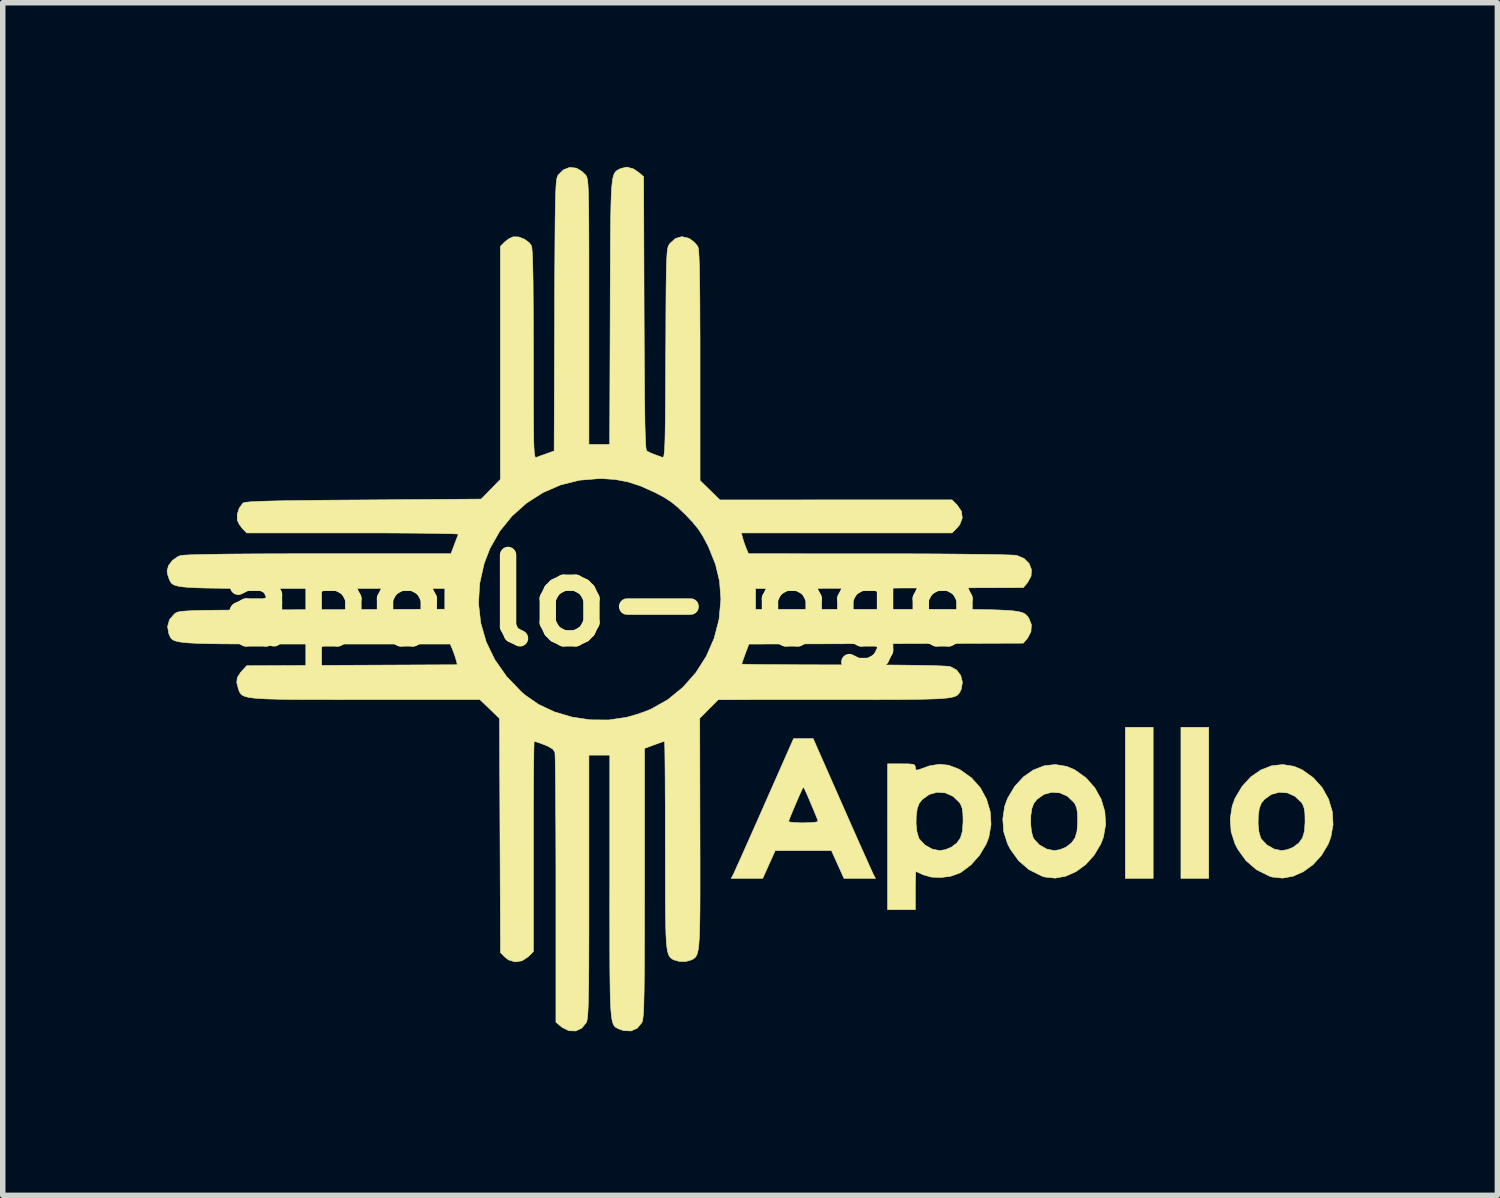
<source format=kicad_pcb>
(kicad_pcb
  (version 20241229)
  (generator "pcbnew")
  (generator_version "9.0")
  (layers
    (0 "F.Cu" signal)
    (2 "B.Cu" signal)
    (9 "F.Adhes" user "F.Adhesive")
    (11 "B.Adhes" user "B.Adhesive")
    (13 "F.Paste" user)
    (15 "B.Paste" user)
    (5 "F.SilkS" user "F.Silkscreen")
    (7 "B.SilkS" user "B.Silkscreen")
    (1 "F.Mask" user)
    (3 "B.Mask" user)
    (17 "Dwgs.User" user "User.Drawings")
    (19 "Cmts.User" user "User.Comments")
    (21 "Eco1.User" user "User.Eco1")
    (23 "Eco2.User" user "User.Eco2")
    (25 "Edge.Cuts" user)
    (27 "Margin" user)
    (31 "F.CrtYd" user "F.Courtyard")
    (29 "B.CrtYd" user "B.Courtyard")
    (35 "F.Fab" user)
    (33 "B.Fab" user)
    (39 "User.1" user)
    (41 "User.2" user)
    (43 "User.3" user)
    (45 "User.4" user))
  (footprint "apollo-logo"
    (layer "F.Cu")
    (at 7.911 7.934)
    (property "Reference" "apollo-logo" (at 0 0 0) (layer "F.SilkS") (effects (font (size 1.524 1.524) (thickness 0.3))))
    (attr through_hole)
    (fp_poly (pts (xy 10.128 5.08) (xy 9.62 5.08) (xy 9.62 2.318) (xy 10.128 2.318) (xy 10.128 5.08)) (stroke (width 0.01) (type solid)) (fill yes) (layer "F.SilkS"))
    (fp_poly (pts (xy 11.144 5.08) (xy 10.636 5.08) (xy 10.636 2.318) (xy 11.144 2.318) (xy 11.144 5.08)) (stroke (width 0.01) (type solid)) (fill yes) (layer "F.SilkS"))
    (fp_poly (pts (xy 4.442 3.731) (xy 4.557 3.992) (xy 4.666 4.238) (xy 4.765 4.461) (xy 4.852 4.655) (xy 4.923 4.813) (xy 4.975 4.929) (xy 5.006 4.996) (xy 5.012 5.009) (xy 5.05 5.08) (xy 4.474 5.08) (xy 4.245 4.572) (xy 3.216 4.572) (xy 2.987 5.08) (xy 2.411 5.08) (xy 2.449 5.009) (xy 2.47 4.965) (xy 2.513 4.869) (xy 2.576 4.729) (xy 2.656 4.55) (xy 2.75 4.339) (xy 2.855 4.102) (xy 2.883 4.04) (xy 3.461 4.04) (xy 3.49 4.051) (xy 3.568 4.059) (xy 3.681 4.064) (xy 3.731 4.064) (xy 3.853 4.061) (xy 3.946 4.053) (xy 3.996 4.041) (xy 4 4.036) (xy 3.989 4.001) (xy 3.958 3.923) (xy 3.914 3.817) (xy 3.864 3.699) (xy 3.815 3.584) (xy 3.772 3.487) (xy 3.742 3.423) (xy 3.733 3.406) (xy 3.719 3.43) (xy 3.687 3.497) (xy 3.643 3.595) (xy 3.594 3.709) (xy 3.545 3.825) (xy 3.502 3.928) (xy 3.472 4.005) (xy 3.461 4.04) (xy 2.883 4.04) (xy 2.968 3.847) (xy 3.019 3.731) (xy 3.552 2.524) (xy 3.91 2.524) (xy 4.442 3.731)) (stroke (width 0.01) (type solid)) (fill yes) (layer "F.SilkS"))
    (fp_poly (pts (xy 8.544 3.031) (xy 8.693 3.094) (xy 8.898 3.24) (xy 9.06 3.422) (xy 9.177 3.632) (xy 9.244 3.859) (xy 9.259 4.094) (xy 9.218 4.327) (xy 9.17 4.451) (xy 9.048 4.656) (xy 8.895 4.826) (xy 8.719 4.955) (xy 8.529 5.04) (xy 8.335 5.075) (xy 8.146 5.055) (xy 8.093 5.038) (xy 7.859 4.921) (xy 7.668 4.757) (xy 7.515 4.544) (xy 7.465 4.446) (xy 7.395 4.227) (xy 7.385 4.083) (xy 7.888 4.083) (xy 7.902 4.224) (xy 7.933 4.334) (xy 7.947 4.361) (xy 8.049 4.469) (xy 8.182 4.544) (xy 8.319 4.572) (xy 8.424 4.554) (xy 8.527 4.512) (xy 8.531 4.51) (xy 8.634 4.432) (xy 8.7 4.34) (xy 8.735 4.219) (xy 8.747 4.054) (xy 8.747 4.028) (xy 8.744 3.89) (xy 8.73 3.796) (xy 8.703 3.727) (xy 8.681 3.693) (xy 8.563 3.579) (xy 8.423 3.516) (xy 8.274 3.505) (xy 8.129 3.544) (xy 8.003 3.635) (xy 7.946 3.706) (xy 7.91 3.801) (xy 7.89 3.934) (xy 7.888 4.083) (xy 7.385 4.083) (xy 7.378 3.992) (xy 7.413 3.759) (xy 7.466 3.616) (xy 7.595 3.399) (xy 7.754 3.225) (xy 7.936 3.098) (xy 8.134 3.021) (xy 8.339 2.998) (xy 8.544 3.031)) (stroke (width 0.01) (type solid)) (fill yes) (layer "F.SilkS"))
    (fp_poly (pts (xy 12.704 3.031) (xy 12.853 3.094) (xy 13.057 3.24) (xy 13.22 3.422) (xy 13.336 3.632) (xy 13.404 3.859) (xy 13.418 4.094) (xy 13.377 4.327) (xy 13.33 4.451) (xy 13.208 4.656) (xy 13.054 4.826) (xy 12.878 4.955) (xy 12.688 5.04) (xy 12.494 5.075) (xy 12.305 5.055) (xy 12.252 5.038) (xy 12.018 4.921) (xy 11.827 4.757) (xy 11.674 4.544) (xy 11.624 4.446) (xy 11.554 4.227) (xy 11.544 4.083) (xy 12.047 4.083) (xy 12.061 4.224) (xy 12.092 4.334) (xy 12.106 4.361) (xy 12.209 4.469) (xy 12.341 4.544) (xy 12.478 4.572) (xy 12.583 4.554) (xy 12.686 4.512) (xy 12.69 4.51) (xy 12.793 4.432) (xy 12.859 4.34) (xy 12.895 4.219) (xy 12.906 4.054) (xy 12.906 4.028) (xy 12.903 3.89) (xy 12.889 3.796) (xy 12.863 3.727) (xy 12.841 3.693) (xy 12.722 3.579) (xy 12.582 3.516) (xy 12.433 3.505) (xy 12.289 3.544) (xy 12.162 3.635) (xy 12.105 3.706) (xy 12.069 3.801) (xy 12.05 3.934) (xy 12.047 4.083) (xy 11.544 4.083) (xy 11.537 3.992) (xy 11.573 3.759) (xy 11.625 3.616) (xy 11.754 3.399) (xy 11.913 3.225) (xy 12.096 3.098) (xy 12.293 3.021) (xy 12.498 2.998) (xy 12.704 3.031)) (stroke (width 0.01) (type solid)) (fill yes) (layer "F.SilkS"))
    (fp_poly (pts (xy 5.651 2.986) (xy 5.727 2.992) (xy 5.764 3.005) (xy 5.777 3.031) (xy 5.779 3.051) (xy 5.79 3.099) (xy 5.832 3.095) (xy 5.834 3.095) (xy 6.041 3.021) (xy 6.22 2.993) (xy 6.385 3.01) (xy 6.554 3.073) (xy 6.607 3.1) (xy 6.807 3.243) (xy 6.967 3.423) (xy 7.081 3.632) (xy 7.148 3.859) (xy 7.163 4.094) (xy 7.123 4.326) (xy 7.075 4.451) (xy 6.952 4.657) (xy 6.794 4.834) (xy 6.617 4.967) (xy 6.582 4.985) (xy 6.425 5.041) (xy 6.246 5.064) (xy 6.07 5.056) (xy 5.922 5.014) (xy 5.909 5.008) (xy 5.836 4.973) (xy 5.793 4.954) (xy 5.789 4.953) (xy 5.785 4.983) (xy 5.782 5.063) (xy 5.779 5.181) (xy 5.779 5.302) (xy 5.779 5.652) (xy 5.271 5.652) (xy 5.271 4.083) (xy 5.792 4.083) (xy 5.807 4.224) (xy 5.838 4.334) (xy 5.852 4.361) (xy 5.954 4.469) (xy 6.086 4.544) (xy 6.223 4.572) (xy 6.329 4.554) (xy 6.432 4.512) (xy 6.436 4.51) (xy 6.539 4.432) (xy 6.604 4.34) (xy 6.64 4.219) (xy 6.651 4.054) (xy 6.652 4.028) (xy 6.648 3.89) (xy 6.635 3.796) (xy 6.608 3.727) (xy 6.586 3.693) (xy 6.468 3.579) (xy 6.327 3.516) (xy 6.178 3.505) (xy 6.034 3.544) (xy 5.907 3.635) (xy 5.85 3.706) (xy 5.814 3.801) (xy 5.795 3.934) (xy 5.792 4.083) (xy 5.271 4.083) (xy 5.271 2.985) (xy 5.524 2.985) (xy 5.651 2.986)) (stroke (width 0.01) (type solid)) (fill yes) (layer "F.SilkS"))
    (fp_poly (pts (xy 0.626 -7.894) (xy 0.721 -7.829) (xy 0.81 -7.753) (xy 0.818 -5.261) (xy 0.82 -4.781) (xy 0.822 -4.362) (xy 0.825 -3.999) (xy 0.827 -3.69) (xy 0.831 -3.431) (xy 0.834 -3.219) (xy 0.839 -3.05) (xy 0.844 -2.921) (xy 0.849 -2.829) (xy 0.856 -2.771) (xy 0.863 -2.742) (xy 0.866 -2.739) (xy 0.923 -2.707) (xy 1 -2.675) (xy 1.086 -2.644) (xy 1.15 -2.62) (xy 1.162 -2.618) (xy 1.171 -2.626) (xy 1.18 -2.648) (xy 1.186 -2.69) (xy 1.192 -2.754) (xy 1.197 -2.848) (xy 1.201 -2.973) (xy 1.204 -3.137) (xy 1.207 -3.342) (xy 1.209 -3.594) (xy 1.211 -3.897) (xy 1.212 -4.256) (xy 1.214 -4.519) (xy 1.216 -4.916) (xy 1.217 -5.255) (xy 1.219 -5.539) (xy 1.221 -5.776) (xy 1.224 -5.968) (xy 1.227 -6.122) (xy 1.232 -6.241) (xy 1.237 -6.332) (xy 1.243 -6.399) (xy 1.251 -6.446) (xy 1.26 -6.48) (xy 1.272 -6.504) (xy 1.285 -6.524) (xy 1.289 -6.53) (xy 1.39 -6.622) (xy 1.507 -6.656) (xy 1.631 -6.628) (xy 1.657 -6.614) (xy 1.738 -6.552) (xy 1.797 -6.483) (xy 1.801 -6.475) (xy 1.81 -6.444) (xy 1.817 -6.383) (xy 1.823 -6.287) (xy 1.828 -6.155) (xy 1.832 -5.981) (xy 1.835 -5.763) (xy 1.838 -5.497) (xy 1.839 -5.178) (xy 1.841 -4.804) (xy 1.841 -4.371) (xy 1.841 -4.297) (xy 1.841 -2.196) (xy 2.023 -2.019) (xy 2.205 -1.841) (xy 4.327 -1.842) (xy 6.45 -1.842) (xy 6.543 -1.749) (xy 6.621 -1.634) (xy 6.637 -1.511) (xy 6.592 -1.391) (xy 6.543 -1.331) (xy 6.45 -1.238) (xy 2.597 -1.238) (xy 2.618 -1.153) (xy 2.646 -1.062) (xy 2.683 -0.962) (xy 2.683 -0.962) (xy 2.727 -0.857) (xy 5.118 -0.856) (xy 5.519 -0.856) (xy 5.901 -0.855) (xy 6.257 -0.853) (xy 6.583 -0.85) (xy 6.875 -0.847) (xy 7.126 -0.844) (xy 7.334 -0.84) (xy 7.491 -0.835) (xy 7.594 -0.831) (xy 7.636 -0.826) (xy 7.767 -0.77) (xy 7.858 -0.68) (xy 7.902 -0.568) (xy 7.895 -0.447) (xy 7.832 -0.331) (xy 7.829 -0.327) (xy 7.753 -0.238) (xy 2.857 -0.221) (xy 2.857 0.159) (xy 5.224 0.159) (xy 5.682 0.159) (xy 6.082 0.159) (xy 6.426 0.16) (xy 6.72 0.161) (xy 6.967 0.164) (xy 7.173 0.167) (xy 7.34 0.173) (xy 7.475 0.18) (xy 7.58 0.189) (xy 7.66 0.201) (xy 7.72 0.215) (xy 7.764 0.232) (xy 7.796 0.252) (xy 7.82 0.276) (xy 7.841 0.303) (xy 7.854 0.321) (xy 7.901 0.439) (xy 7.893 0.567) (xy 7.833 0.684) (xy 7.829 0.689) (xy 7.753 0.778) (xy 2.735 0.795) (xy 2.669 0.97) (xy 2.634 1.066) (xy 2.61 1.136) (xy 2.603 1.16) (xy 2.634 1.163) (xy 2.723 1.165) (xy 2.864 1.168) (xy 3.052 1.17) (xy 3.281 1.171) (xy 3.546 1.173) (xy 3.841 1.174) (xy 4.16 1.175) (xy 4.453 1.175) (xy 4.867 1.176) (xy 5.239 1.177) (xy 5.566 1.18) (xy 5.845 1.184) (xy 6.073 1.188) (xy 6.247 1.194) (xy 6.363 1.2) (xy 6.418 1.207) (xy 6.532 1.268) (xy 6.608 1.368) (xy 6.639 1.491) (xy 6.619 1.618) (xy 6.603 1.653) (xy 6.586 1.683) (xy 6.568 1.709) (xy 6.543 1.731) (xy 6.508 1.75) (xy 6.457 1.765) (xy 6.387 1.778) (xy 6.292 1.788) (xy 6.169 1.796) (xy 6.012 1.801) (xy 5.817 1.805) (xy 5.579 1.808) (xy 5.295 1.809) (xy 4.959 1.81) (xy 4.567 1.81) (xy 4.28 1.81) (xy 2.175 1.811) (xy 2.005 1.981) (xy 1.836 2.151) (xy 1.84 4.249) (xy 1.841 4.68) (xy 1.841 5.051) (xy 1.841 5.368) (xy 1.84 5.636) (xy 1.837 5.857) (xy 1.833 6.038) (xy 1.827 6.183) (xy 1.819 6.296) (xy 1.808 6.382) (xy 1.794 6.445) (xy 1.778 6.489) (xy 1.757 6.52) (xy 1.733 6.543) (xy 1.705 6.56) (xy 1.685 6.571) (xy 1.584 6.599) (xy 1.464 6.599) (xy 1.364 6.571) (xy 1.363 6.571) (xy 1.332 6.554) (xy 1.305 6.534) (xy 1.282 6.507) (xy 1.263 6.468) (xy 1.247 6.413) (xy 1.235 6.337) (xy 1.225 6.234) (xy 1.218 6.101) (xy 1.213 5.932) (xy 1.21 5.722) (xy 1.208 5.467) (xy 1.207 5.163) (xy 1.207 4.803) (xy 1.206 4.462) (xy 1.206 4.122) (xy 1.206 3.802) (xy 1.204 3.507) (xy 1.203 3.242) (xy 1.201 3.014) (xy 1.199 2.827) (xy 1.197 2.688) (xy 1.194 2.601) (xy 1.192 2.572) (xy 1.157 2.582) (xy 1.08 2.609) (xy 1.001 2.638) (xy 0.826 2.703) (xy 0.826 5.163) (xy 0.825 5.624) (xy 0.825 6.025) (xy 0.824 6.371) (xy 0.823 6.666) (xy 0.821 6.914) (xy 0.819 7.12) (xy 0.815 7.287) (xy 0.812 7.42) (xy 0.807 7.523) (xy 0.801 7.599) (xy 0.794 7.654) (xy 0.787 7.692) (xy 0.778 7.716) (xy 0.778 7.716) (xy 0.693 7.82) (xy 0.579 7.87) (xy 0.445 7.864) (xy 0.364 7.836) (xy 0.333 7.822) (xy 0.305 7.807) (xy 0.281 7.788) (xy 0.261 7.759) (xy 0.244 7.717) (xy 0.23 7.658) (xy 0.219 7.577) (xy 0.21 7.471) (xy 0.203 7.334) (xy 0.198 7.163) (xy 0.195 6.953) (xy 0.192 6.701) (xy 0.191 6.401) (xy 0.191 6.051) (xy 0.19 5.644) (xy 0.191 5.224) (xy 0.191 2.826) (xy -0.191 2.826) (xy -0.191 5.224) (xy -0.191 5.679) (xy -0.191 6.074) (xy -0.192 6.414) (xy -0.193 6.704) (xy -0.195 6.946) (xy -0.198 7.147) (xy -0.201 7.309) (xy -0.205 7.438) (xy -0.21 7.536) (xy -0.216 7.609) (xy -0.223 7.662) (xy -0.231 7.697) (xy -0.238 7.716) (xy -0.322 7.819) (xy -0.432 7.87) (xy -0.555 7.866) (xy -0.678 7.806) (xy -0.696 7.792) (xy -0.794 7.71) (xy -0.794 5.276) (xy -0.794 4.887) (xy -0.795 4.515) (xy -0.796 4.166) (xy -0.798 3.844) (xy -0.8 3.555) (xy -0.802 3.303) (xy -0.805 3.094) (xy -0.807 2.933) (xy -0.81 2.824) (xy -0.813 2.773) (xy -0.814 2.771) (xy -0.853 2.714) (xy -0.944 2.661) (xy -1.005 2.636) (xy -1.1 2.601) (xy -1.169 2.578) (xy -1.192 2.572) (xy -1.194 2.603) (xy -1.197 2.691) (xy -1.199 2.833) (xy -1.201 3.021) (xy -1.203 3.252) (xy -1.204 3.518) (xy -1.206 3.815) (xy -1.206 4.138) (xy -1.206 4.48) (xy -1.206 6.418) (xy -1.299 6.511) (xy -1.414 6.587) (xy -1.539 6.607) (xy -1.66 6.571) (xy -1.725 6.521) (xy -1.808 6.438) (xy -1.817 4.297) (xy -1.826 2.155) (xy -2.005 1.982) (xy -2.185 1.81) (xy -4.271 1.81) (xy -4.704 1.81) (xy -5.078 1.809) (xy -5.397 1.809) (xy -5.667 1.807) (xy -5.891 1.803) (xy -6.073 1.798) (xy -6.219 1.791) (xy -6.333 1.781) (xy -6.419 1.768) (xy -6.482 1.752) (xy -6.526 1.732) (xy -6.555 1.708) (xy -6.575 1.68) (xy -6.59 1.647) (xy -6.602 1.612) (xy -6.631 1.497) (xy -6.621 1.408) (xy -6.566 1.32) (xy -6.543 1.294) (xy -6.45 1.191) (xy -4.524 1.182) (xy -2.597 1.173) (xy -2.618 1.088) (xy -2.646 0.998) (xy -2.683 0.899) (xy -2.683 0.899) (xy -2.727 0.794) (xy -5.191 0.794) (xy -5.658 0.794) (xy -6.066 0.794) (xy -6.418 0.793) (xy -6.72 0.792) (xy -6.974 0.79) (xy -7.186 0.786) (xy -7.36 0.781) (xy -7.499 0.774) (xy -7.607 0.765) (xy -7.69 0.753) (xy -7.75 0.738) (xy -7.793 0.721) (xy -7.822 0.7) (xy -7.842 0.675) (xy -7.856 0.647) (xy -7.87 0.614) (xy -7.874 0.604) (xy -7.896 0.473) (xy -7.861 0.348) (xy -7.772 0.245) (xy -7.768 0.241) (xy -7.751 0.229) (xy -7.731 0.218) (xy -7.704 0.209) (xy -7.666 0.201) (xy -7.613 0.194) (xy -7.539 0.189) (xy -7.442 0.184) (xy -7.316 0.18) (xy -7.157 0.177) (xy -6.961 0.175) (xy -6.723 0.173) (xy -6.439 0.171) (xy -6.105 0.169) (xy -5.716 0.168) (xy -5.268 0.166) (xy -5.252 0.166) (xy -2.826 0.157) (xy -2.826 0.051) (xy -2.21 0.051) (xy -2.17 0.407) (xy -2.071 0.752) (xy -1.913 1.079) (xy -1.698 1.386) (xy -1.427 1.668) (xy -1.364 1.724) (xy -1.111 1.899) (xy -0.819 2.036) (xy -0.5 2.13) (xy -0.167 2.18) (xy 0.166 2.183) (xy 0.489 2.136) (xy 0.524 2.127) (xy 0.672 2.085) (xy 0.822 2.034) (xy 0.944 1.985) (xy 0.946 1.984) (xy 1.255 1.809) (xy 1.529 1.585) (xy 1.764 1.319) (xy 1.955 1.019) (xy 2.099 0.691) (xy 2.189 0.344) (xy 2.222 -0.016) (xy 2.222 -0.038) (xy 2.198 -0.356) (xy 2.124 -0.665) (xy 1.997 -0.98) (xy 1.98 -1.015) (xy 1.895 -1.176) (xy 1.811 -1.307) (xy 1.709 -1.432) (xy 1.575 -1.573) (xy 1.574 -1.574) (xy 1.434 -1.708) (xy 1.311 -1.808) (xy 1.181 -1.892) (xy 1.023 -1.975) (xy 1.015 -1.979) (xy 0.758 -2.095) (xy 0.524 -2.171) (xy 0.294 -2.215) (xy 0.044 -2.232) (xy 0 -2.232) (xy -0.364 -2.202) (xy -0.711 -2.115) (xy -1.037 -1.973) (xy -1.335 -1.781) (xy -1.599 -1.545) (xy -1.823 -1.268) (xy -2.001 -0.954) (xy -2.106 -0.682) (xy -2.189 -0.314) (xy -2.21 0.051) (xy -2.826 0.051) (xy -2.826 -0.222) (xy -5.24 -0.222) (xy -5.702 -0.222) (xy -6.104 -0.222) (xy -6.451 -0.223) (xy -6.748 -0.224) (xy -6.998 -0.227) (xy -7.205 -0.23) (xy -7.374 -0.235) (xy -7.509 -0.242) (xy -7.614 -0.251) (xy -7.693 -0.263) (xy -7.752 -0.277) (xy -7.793 -0.294) (xy -7.82 -0.314) (xy -7.84 -0.338) (xy -7.854 -0.366) (xy -7.868 -0.396) (xy -7.896 -0.481) (xy -7.906 -0.544) (xy -7.878 -0.643) (xy -7.805 -0.737) (xy -7.705 -0.807) (xy -7.658 -0.824) (xy -7.601 -0.831) (xy -7.482 -0.837) (xy -7.301 -0.842) (xy -7.062 -0.847) (xy -6.765 -0.851) (xy -6.412 -0.854) (xy -6.003 -0.856) (xy -5.542 -0.857) (xy -5.127 -0.857) (xy -2.714 -0.857) (xy -2.651 -1.024) (xy -2.615 -1.12) (xy -2.587 -1.191) (xy -2.578 -1.214) (xy -2.606 -1.219) (xy -2.693 -1.223) (xy -2.833 -1.226) (xy -3.02 -1.23) (xy -3.249 -1.233) (xy -3.514 -1.235) (xy -3.811 -1.237) (xy -4.133 -1.238) (xy -4.476 -1.238) (xy -4.507 -1.238) (xy -6.448 -1.238) (xy -6.525 -1.315) (xy -6.585 -1.394) (xy -6.622 -1.474) (xy -6.622 -1.579) (xy -6.585 -1.692) (xy -6.521 -1.78) (xy -6.516 -1.785) (xy -6.493 -1.793) (xy -6.444 -1.801) (xy -6.363 -1.808) (xy -6.249 -1.813) (xy -6.096 -1.819) (xy -5.901 -1.824) (xy -5.66 -1.828) (xy -5.37 -1.832) (xy -5.027 -1.836) (xy -4.626 -1.839) (xy -4.314 -1.841) (xy -2.161 -1.857) (xy -1.985 -2.037) (xy -1.81 -2.217) (xy -1.81 -4.348) (xy -1.81 -6.48) (xy -1.733 -6.557) (xy -1.655 -6.617) (xy -1.577 -6.653) (xy -1.476 -6.651) (xy -1.368 -6.609) (xy -1.277 -6.54) (xy -1.243 -6.49) (xy -1.234 -6.449) (xy -1.227 -6.364) (xy -1.221 -6.232) (xy -1.216 -6.052) (xy -1.212 -5.819) (xy -1.21 -5.533) (xy -1.208 -5.189) (xy -1.207 -4.786) (xy -1.206 -4.504) (xy -1.206 -4.108) (xy -1.206 -3.771) (xy -1.205 -3.488) (xy -1.204 -3.255) (xy -1.202 -3.067) (xy -1.2 -2.919) (xy -1.196 -2.807) (xy -1.191 -2.725) (xy -1.185 -2.67) (xy -1.178 -2.637) (xy -1.169 -2.621) (xy -1.159 -2.617) (xy -1.151 -2.619) (xy -1.087 -2.644) (xy -0.994 -2.677) (xy -0.961 -2.689) (xy -0.827 -2.736) (xy -0.818 -5.218) (xy -0.817 -5.674) (xy -0.815 -6.072) (xy -0.813 -6.415) (xy -0.811 -6.707) (xy -0.809 -6.952) (xy -0.806 -7.155) (xy -0.803 -7.321) (xy -0.799 -7.453) (xy -0.794 -7.555) (xy -0.789 -7.633) (xy -0.782 -7.69) (xy -0.775 -7.73) (xy -0.766 -7.758) (xy -0.756 -7.778) (xy -0.753 -7.783) (xy -0.656 -7.879) (xy -0.541 -7.923) (xy -0.42 -7.909) (xy -0.412 -7.905) (xy -0.321 -7.851) (xy -0.253 -7.786) (xy -0.241 -7.77) (xy -0.231 -7.75) (xy -0.223 -7.721) (xy -0.215 -7.68) (xy -0.209 -7.622) (xy -0.204 -7.542) (xy -0.2 -7.437) (xy -0.197 -7.302) (xy -0.195 -7.133) (xy -0.193 -6.925) (xy -0.192 -6.674) (xy -0.191 -6.375) (xy -0.191 -6.026) (xy -0.191 -5.62) (xy -0.191 -5.282) (xy -0.191 -2.857) (xy 0.189 -2.857) (xy 0.198 -5.28) (xy 0.199 -5.739) (xy 0.201 -6.139) (xy 0.202 -6.485) (xy 0.205 -6.779) (xy 0.208 -7.027) (xy 0.212 -7.232) (xy 0.217 -7.4) (xy 0.224 -7.534) (xy 0.234 -7.638) (xy 0.245 -7.717) (xy 0.26 -7.775) (xy 0.277 -7.816) (xy 0.298 -7.845) (xy 0.322 -7.865) (xy 0.35 -7.882) (xy 0.383 -7.898) (xy 0.39 -7.902) (xy 0.504 -7.929) (xy 0.626 -7.894)) (stroke (width 0.01) (type solid)) (fill yes) (layer "F.SilkS")))
  (gr_rect
    (start -3 -3)
    (end 24.334 18.81)
    (stroke (width 0.1) (type default))
    (fill no)
    (layer "Edge.Cuts")))
</source>
